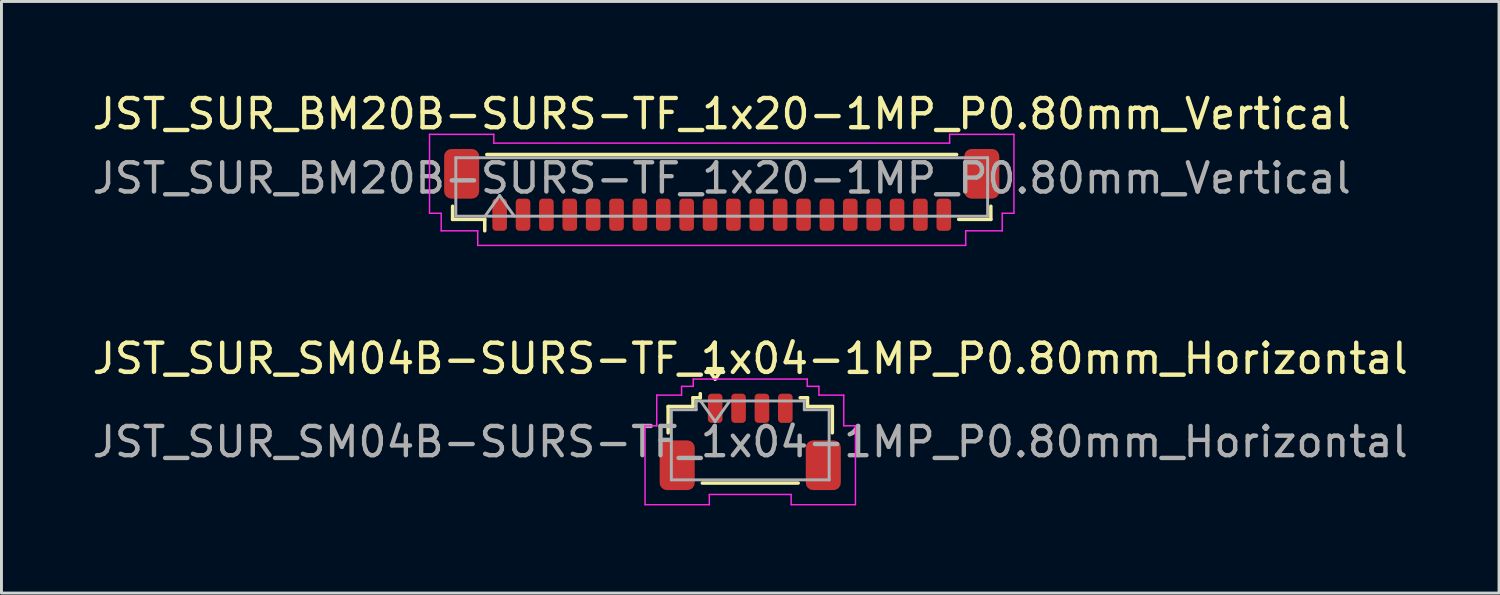
<source format=kicad_pcb>
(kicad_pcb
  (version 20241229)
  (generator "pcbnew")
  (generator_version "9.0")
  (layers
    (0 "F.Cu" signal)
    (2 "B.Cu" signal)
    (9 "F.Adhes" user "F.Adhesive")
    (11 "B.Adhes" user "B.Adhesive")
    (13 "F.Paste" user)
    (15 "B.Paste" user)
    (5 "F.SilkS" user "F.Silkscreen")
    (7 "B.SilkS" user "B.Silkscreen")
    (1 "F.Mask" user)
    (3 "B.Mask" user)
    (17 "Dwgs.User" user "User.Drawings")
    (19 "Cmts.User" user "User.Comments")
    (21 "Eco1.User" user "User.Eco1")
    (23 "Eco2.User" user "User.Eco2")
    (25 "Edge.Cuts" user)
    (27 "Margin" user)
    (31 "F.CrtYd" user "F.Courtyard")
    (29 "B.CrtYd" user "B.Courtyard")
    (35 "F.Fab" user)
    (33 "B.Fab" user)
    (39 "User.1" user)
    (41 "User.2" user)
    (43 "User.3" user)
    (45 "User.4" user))
  (footprint "JST_SUR_BM20B-SURS-TF_1x20-1MP_P0.80mm_Vertical"
    (layer "F.Cu")
    (at 21.649 3.448)
    (property "Reference" "JST_SUR_BM20B-SURS-TF_1x20-1MP_P0.80mm_Vertical" (at 0 -2.6 0) (layer "F.SilkS") (effects (font (size 1 1) (thickness 0.15))))
    (attr smd)
    (fp_line (start -9.21 0.56) (end -9.21 1.01) (stroke (width 0.12) (type solid)) (layer "F.SilkS"))
    (fp_line (start -9.21 1.01) (end -8.11 1.01) (stroke (width 0.12) (type solid)) (layer "F.SilkS"))
    (fp_line (start -8.11 1.01) (end -8.11 1.4) (stroke (width 0.12) (type solid)) (layer "F.SilkS"))
    (fp_line (start -8.04 -1.21) (end 8.04 -1.21) (stroke (width 0.12) (type solid)) (layer "F.SilkS"))
    (fp_line (start 9.21 0.56) (end 9.21 1.01) (stroke (width 0.12) (type solid)) (layer "F.SilkS"))
    (fp_line (start 9.21 1.01) (end 8.11 1.01) (stroke (width 0.12) (type solid)) (layer "F.SilkS"))
    (fp_line (start -10 -1.9) (end -7.8 -1.9) (stroke (width 0.05) (type solid)) (layer "F.CrtYd"))
    (fp_line (start -10 0.8) (end -10 -1.9) (stroke (width 0.05) (type solid)) (layer "F.CrtYd"))
    (fp_line (start -9.6 0.8) (end -10 0.8) (stroke (width 0.05) (type solid)) (layer "F.CrtYd"))
    (fp_line (start -9.6 1.4) (end -9.6 0.8) (stroke (width 0.05) (type solid)) (layer "F.CrtYd"))
    (fp_line (start -8.35 1.4) (end -9.6 1.4) (stroke (width 0.05) (type solid)) (layer "F.CrtYd"))
    (fp_line (start -8.35 1.9) (end -8.35 1.4) (stroke (width 0.05) (type solid)) (layer "F.CrtYd"))
    (fp_line (start -7.8 -1.9) (end -7.8 -1.6) (stroke (width 0.05) (type solid)) (layer "F.CrtYd"))
    (fp_line (start -7.8 -1.6) (end 7.8 -1.6) (stroke (width 0.05) (type solid)) (layer "F.CrtYd"))
    (fp_line (start 7.8 -1.9) (end 10 -1.9) (stroke (width 0.05) (type solid)) (layer "F.CrtYd"))
    (fp_line (start 7.8 -1.6) (end 7.8 -1.9) (stroke (width 0.05) (type solid)) (layer "F.CrtYd"))
    (fp_line (start 8.35 1.4) (end 8.35 1.9) (stroke (width 0.05) (type solid)) (layer "F.CrtYd"))
    (fp_line (start 8.35 1.9) (end -8.35 1.9) (stroke (width 0.05) (type solid)) (layer "F.CrtYd"))
    (fp_line (start 9.6 0.8) (end 9.6 1.4) (stroke (width 0.05) (type solid)) (layer "F.CrtYd"))
    (fp_line (start 9.6 1.4) (end 8.35 1.4) (stroke (width 0.05) (type solid)) (layer "F.CrtYd"))
    (fp_line (start 10 -1.9) (end 10 0.8) (stroke (width 0.05) (type solid)) (layer "F.CrtYd"))
    (fp_line (start 10 0.8) (end 9.6 0.8) (stroke (width 0.05) (type solid)) (layer "F.CrtYd"))
    (fp_line (start -9.1 -1.1) (end 9.1 -1.1) (stroke (width 0.1) (type solid)) (layer "F.Fab"))
    (fp_line (start -9.1 0.9) (end -9.1 -1.1) (stroke (width 0.1) (type solid)) (layer "F.Fab"))
    (fp_line (start -9.1 0.9) (end 9.1 0.9) (stroke (width 0.1) (type solid)) (layer "F.Fab"))
    (fp_line (start -8.1 0.9) (end -7.6 0.193) (stroke (width 0.1) (type solid)) (layer "F.Fab"))
    (fp_line (start -7.6 0.193) (end -7.1 0.9) (stroke (width 0.1) (type solid)) (layer "F.Fab"))
    (fp_line (start 9.1 0.9) (end 9.1 -1.1) (stroke (width 0.1) (type solid)) (layer "F.Fab"))
    (fp_text user "${REFERENCE}" (at 0 -0.4 0) (layer "F.Fab") (effects (font (size 1 1) (thickness 0.15))))
    (pad "1" smd roundrect (at -7.6 0.85) (size 0.5 1.1) (layers "F.Cu" "F.Mask" "F.Paste") (roundrect_rratio 0.25))
    (pad "2" smd roundrect (at -6.8 0.85) (size 0.5 1.1) (layers "F.Cu" "F.Mask" "F.Paste") (roundrect_rratio 0.25))
    (pad "3" smd roundrect (at -6 0.85) (size 0.5 1.1) (layers "F.Cu" "F.Mask" "F.Paste") (roundrect_rratio 0.25))
    (pad "4" smd roundrect (at -5.2 0.85) (size 0.5 1.1) (layers "F.Cu" "F.Mask" "F.Paste") (roundrect_rratio 0.25))
    (pad "5" smd roundrect (at -4.4 0.85) (size 0.5 1.1) (layers "F.Cu" "F.Mask" "F.Paste") (roundrect_rratio 0.25))
    (pad "6" smd roundrect (at -3.6 0.85) (size 0.5 1.1) (layers "F.Cu" "F.Mask" "F.Paste") (roundrect_rratio 0.25))
    (pad "7" smd roundrect (at -2.8 0.85) (size 0.5 1.1) (layers "F.Cu" "F.Mask" "F.Paste") (roundrect_rratio 0.25))
    (pad "8" smd roundrect (at -2 0.85) (size 0.5 1.1) (layers "F.Cu" "F.Mask" "F.Paste") (roundrect_rratio 0.25))
    (pad "9" smd roundrect (at -1.2 0.85) (size 0.5 1.1) (layers "F.Cu" "F.Mask" "F.Paste") (roundrect_rratio 0.25))
    (pad "10" smd roundrect (at -0.4 0.85) (size 0.5 1.1) (layers "F.Cu" "F.Mask" "F.Paste") (roundrect_rratio 0.25))
    (pad "11" smd roundrect (at 0.4 0.85) (size 0.5 1.1) (layers "F.Cu" "F.Mask" "F.Paste") (roundrect_rratio 0.25))
    (pad "12" smd roundrect (at 1.2 0.85) (size 0.5 1.1) (layers "F.Cu" "F.Mask" "F.Paste") (roundrect_rratio 0.25))
    (pad "13" smd roundrect (at 2 0.85) (size 0.5 1.1) (layers "F.Cu" "F.Mask" "F.Paste") (roundrect_rratio 0.25))
    (pad "14" smd roundrect (at 2.8 0.85) (size 0.5 1.1) (layers "F.Cu" "F.Mask" "F.Paste") (roundrect_rratio 0.25))
    (pad "15" smd roundrect (at 3.6 0.85) (size 0.5 1.1) (layers "F.Cu" "F.Mask" "F.Paste") (roundrect_rratio 0.25))
    (pad "16" smd roundrect (at 4.4 0.85) (size 0.5 1.1) (layers "F.Cu" "F.Mask" "F.Paste") (roundrect_rratio 0.25))
    (pad "17" smd roundrect (at 5.2 0.85) (size 0.5 1.1) (layers "F.Cu" "F.Mask" "F.Paste") (roundrect_rratio 0.25))
    (pad "18" smd roundrect (at 6 0.85) (size 0.5 1.1) (layers "F.Cu" "F.Mask" "F.Paste") (roundrect_rratio 0.25))
    (pad "19" smd roundrect (at 6.8 0.85) (size 0.5 1.1) (layers "F.Cu" "F.Mask" "F.Paste") (roundrect_rratio 0.25))
    (pad "20" smd roundrect (at 7.6 0.85) (size 0.5 1.1) (layers "F.Cu" "F.Mask" "F.Paste") (roundrect_rratio 0.25))
    (pad "MP" smd roundrect (at -8.9 -0.55) (size 1.2 1.7) (layers "F.Cu" "F.Mask" "F.Paste") (roundrect_rratio 0.208))
    (pad "MP" smd roundrect (at 8.9 -0.55) (size 1.2 1.7) (layers "F.Cu" "F.Mask" "F.Paste") (roundrect_rratio 0.208)))
  (footprint "JST_SUR_SM04B-SURS-TF_1x04-1MP_P0.80mm_Horizontal"
    (layer "F.Cu")
    (at 22.625 12.072)
    (property "Reference" "JST_SUR_SM04B-SURS-TF_1x04-1MP_P0.80mm_Horizontal" (at 0 -2.85 0) (layer "F.SilkS") (effects (font (size 1 1) (thickness 0.15))))
    (attr smd)
    (fp_line (start -2.81 -1.21) (end -1.96 -1.21) (stroke (width 0.12) (type solid)) (layer "F.SilkS"))
    (fp_line (start -2.81 -0.31) (end -2.81 -1.21) (stroke (width 0.12) (type solid)) (layer "F.SilkS"))
    (fp_line (start -1.96 -1.51) (end -1.71 -1.51) (stroke (width 0.12) (type solid)) (layer "F.SilkS"))
    (fp_line (start -1.96 -1.21) (end -1.96 -1.51) (stroke (width 0.12) (type solid)) (layer "F.SilkS"))
    (fp_line (start -1.71 -1.51) (end -1.71 -1.65) (stroke (width 0.12) (type solid)) (layer "F.SilkS"))
    (fp_line (start -1.64 1.41) (end 1.64 1.41) (stroke (width 0.12) (type solid)) (layer "F.SilkS"))
    (fp_line (start -1.45 -2.504) (end -1.2 -2.15) (stroke (width 0.12) (type solid)) (layer "F.SilkS"))
    (fp_line (start -1.2 -2.15) (end -0.95 -2.504) (stroke (width 0.12) (type solid)) (layer "F.SilkS"))
    (fp_line (start -0.95 -2.504) (end -1.45 -2.504) (stroke (width 0.12) (type solid)) (layer "F.SilkS"))
    (fp_line (start 1.96 -1.51) (end 1.71 -1.51) (stroke (width 0.12) (type solid)) (layer "F.SilkS"))
    (fp_line (start 1.96 -1.21) (end 1.96 -1.51) (stroke (width 0.12) (type solid)) (layer "F.SilkS"))
    (fp_line (start 2.81 -1.21) (end 1.96 -1.21) (stroke (width 0.12) (type solid)) (layer "F.SilkS"))
    (fp_line (start 2.81 -0.31) (end 2.81 -1.21) (stroke (width 0.12) (type solid)) (layer "F.SilkS"))
    (fp_line (start -3.6 -0.55) (end -3.2 -0.55) (stroke (width 0.05) (type solid)) (layer "F.CrtYd"))
    (fp_line (start -3.6 2.15) (end -3.6 -0.55) (stroke (width 0.05) (type solid)) (layer "F.CrtYd"))
    (fp_line (start -3.2 -1.6) (end -2.35 -1.6) (stroke (width 0.05) (type solid)) (layer "F.CrtYd"))
    (fp_line (start -3.2 -0.55) (end -3.2 -1.6) (stroke (width 0.05) (type solid)) (layer "F.CrtYd"))
    (fp_line (start -2.35 -1.9) (end -1.95 -1.9) (stroke (width 0.05) (type solid)) (layer "F.CrtYd"))
    (fp_line (start -2.35 -1.6) (end -2.35 -1.9) (stroke (width 0.05) (type solid)) (layer "F.CrtYd"))
    (fp_line (start -1.95 -2.15) (end 1.95 -2.15) (stroke (width 0.05) (type solid)) (layer "F.CrtYd"))
    (fp_line (start -1.95 -1.9) (end -1.95 -2.15) (stroke (width 0.05) (type solid)) (layer "F.CrtYd"))
    (fp_line (start -1.4 1.8) (end -1.4 2.15) (stroke (width 0.05) (type solid)) (layer "F.CrtYd"))
    (fp_line (start -1.4 2.15) (end -3.6 2.15) (stroke (width 0.05) (type solid)) (layer "F.CrtYd"))
    (fp_line (start 1.4 1.8) (end -1.4 1.8) (stroke (width 0.05) (type solid)) (layer "F.CrtYd"))
    (fp_line (start 1.4 2.15) (end 1.4 1.8) (stroke (width 0.05) (type solid)) (layer "F.CrtYd"))
    (fp_line (start 1.95 -2.15) (end 1.95 -1.9) (stroke (width 0.05) (type solid)) (layer "F.CrtYd"))
    (fp_line (start 1.95 -1.9) (end 2.35 -1.9) (stroke (width 0.05) (type solid)) (layer "F.CrtYd"))
    (fp_line (start 2.35 -1.9) (end 2.35 -1.6) (stroke (width 0.05) (type solid)) (layer "F.CrtYd"))
    (fp_line (start 2.35 -1.6) (end 3.2 -1.6) (stroke (width 0.05) (type solid)) (layer "F.CrtYd"))
    (fp_line (start 3.2 -1.6) (end 3.2 -0.55) (stroke (width 0.05) (type solid)) (layer "F.CrtYd"))
    (fp_line (start 3.2 -0.55) (end 3.6 -0.55) (stroke (width 0.05) (type solid)) (layer "F.CrtYd"))
    (fp_line (start 3.6 -0.55) (end 3.6 2.15) (stroke (width 0.05) (type solid)) (layer "F.CrtYd"))
    (fp_line (start 3.6 2.15) (end 1.4 2.15) (stroke (width 0.05) (type solid)) (layer "F.CrtYd"))
    (fp_line (start -2.7 -1.1) (end -2.7 1.3) (stroke (width 0.1) (type solid)) (layer "F.Fab"))
    (fp_line (start -2.7 -1.1) (end -1.85 -1.1) (stroke (width 0.1) (type solid)) (layer "F.Fab"))
    (fp_line (start -2.7 1.3) (end 2.7 1.3) (stroke (width 0.1) (type solid)) (layer "F.Fab"))
    (fp_line (start -1.85 -1.4) (end 1.85 -1.4) (stroke (width 0.1) (type solid)) (layer "F.Fab"))
    (fp_line (start -1.85 -1.1) (end -1.85 -1.4) (stroke (width 0.1) (type solid)) (layer "F.Fab"))
    (fp_line (start -1.7 -1.4) (end -1.2 -0.693) (stroke (width 0.1) (type solid)) (layer "F.Fab"))
    (fp_line (start -1.2 -0.693) (end -0.7 -1.4) (stroke (width 0.1) (type solid)) (layer "F.Fab"))
    (fp_line (start 1.85 -1.4) (end 1.85 -1.1) (stroke (width 0.1) (type solid)) (layer "F.Fab"))
    (fp_line (start 1.85 -1.1) (end 2.7 -1.1) (stroke (width 0.1) (type solid)) (layer "F.Fab"))
    (fp_line (start 2.7 -1.1) (end 2.7 1.3) (stroke (width 0.1) (type solid)) (layer "F.Fab"))
    (fp_text user "${REFERENCE}" (at 0 0 0) (layer "F.Fab") (effects (font (size 1 1) (thickness 0.15))))
    (pad "1" smd roundrect (at -1.2 -1.15) (size 0.5 1) (layers "F.Cu" "F.Mask" "F.Paste") (roundrect_rratio 0.25))
    (pad "2" smd roundrect (at -0.4 -1.15) (size 0.5 1) (layers "F.Cu" "F.Mask" "F.Paste") (roundrect_rratio 0.25))
    (pad "3" smd roundrect (at 0.4 -1.15) (size 0.5 1) (layers "F.Cu" "F.Mask" "F.Paste") (roundrect_rratio 0.25))
    (pad "4" smd roundrect (at 1.2 -1.15) (size 0.5 1) (layers "F.Cu" "F.Mask" "F.Paste") (roundrect_rratio 0.25))
    (pad "MP" smd roundrect (at -2.5 0.8) (size 1.2 1.7) (layers "F.Cu" "F.Mask" "F.Paste") (roundrect_rratio 0.208))
    (pad "MP" smd roundrect (at 2.5 0.8) (size 1.2 1.7) (layers "F.Cu" "F.Mask" "F.Paste") (roundrect_rratio 0.208)))
  (gr_rect
    (start -3 -3)
    (end 48.25 17.247)
    (stroke (width 0.1) (type default))
    (fill no)
    (layer "Edge.Cuts")))
</source>
